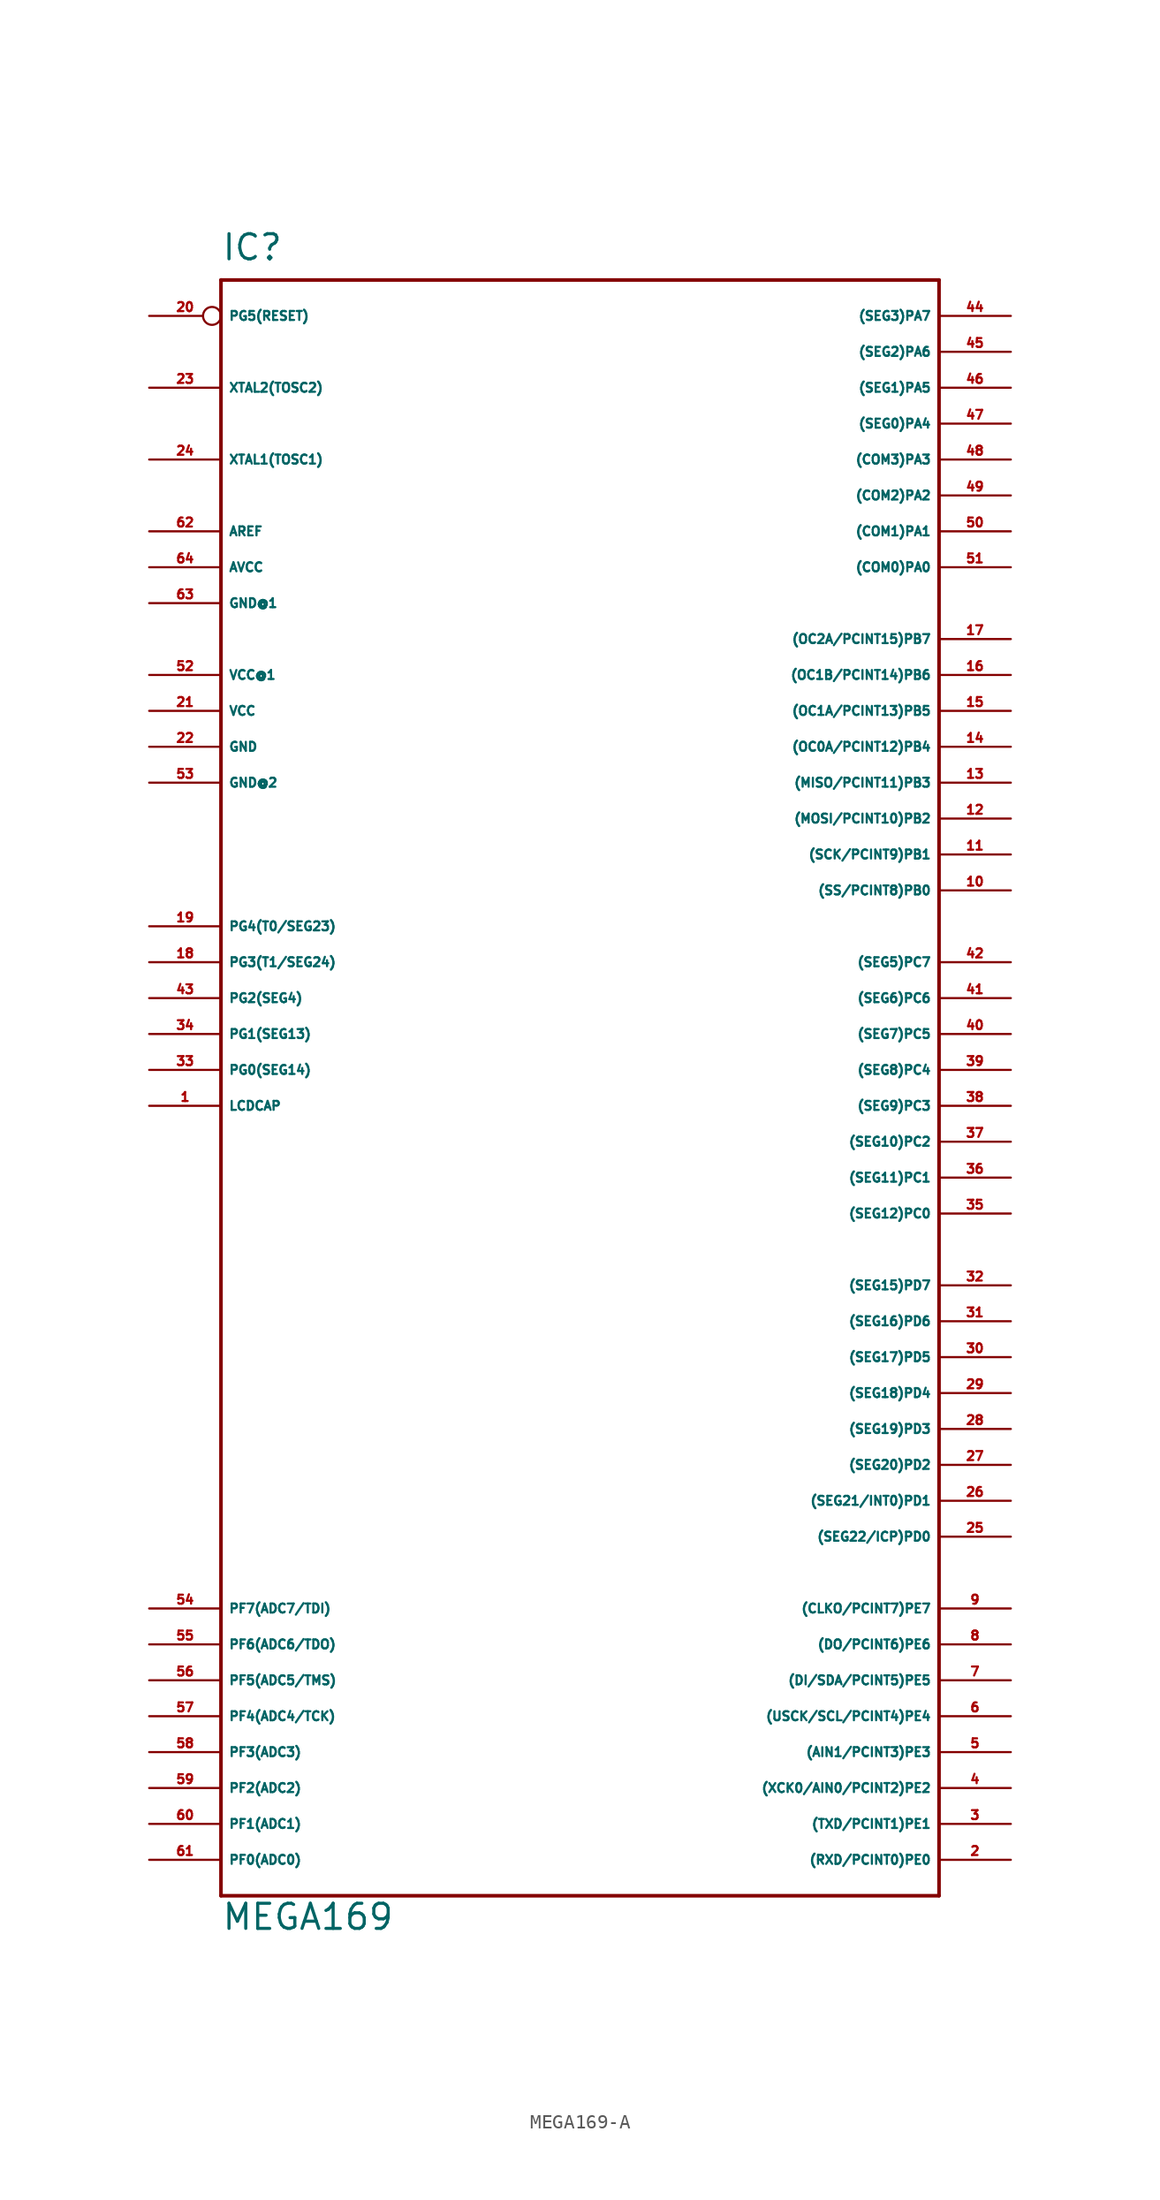
<source format=kicad_sym>
(kicad_symbol_lib
  (version 20220914)
  (generator Eagle2Kicad)
  (symbol "MEGA169-A"
    (property "Reference" "IC"
      (at -27.94 57.15 0)
      (effects (font (size 1.778 1.778) (thickness 0.22)) (justify left bottom)))
    (property "Value" "MEGA169"
      (at -27.94 -60.96 0)
      (effects (font (size 1.778 1.778) (thickness 0.22)) (justify left bottom)))
    (polyline
      (pts (xy -27.94 55.88) (xy 22.86 55.88))
      (stroke (width 0.254) (type default))
      (fill (type none)))
    (polyline
      (pts (xy 22.86 55.88) (xy 22.86 -58.42))
      (stroke (width 0.254) (type default))
      (fill (type none)))
    (polyline
      (pts (xy 22.86 -58.42) (xy -27.94 -58.42))
      (stroke (width 0.254) (type default))
      (fill (type none)))
    (polyline
      (pts (xy -27.94 -58.42) (xy -27.94 55.88))
      (stroke (width 0.254) (type default))
      (fill (type none)))
    (pin input line
      (at -33.02 -55.88 0)
      (length 5.08)
      (name "PF0(ADC0)" (effects (font (size 0.635 0.635) (thickness 0.08)) (justify left bottom)))
      (number "61" (effects (font (size 0.635 0.635) (thickness 0.08)) (justify left bottom))))
    (pin input line
      (at -33.02 -53.34 0)
      (length 5.08)
      (name "PF1(ADC1)" (effects (font (size 0.635 0.635) (thickness 0.08)) (justify left bottom)))
      (number "60" (effects (font (size 0.635 0.635) (thickness 0.08)) (justify left bottom))))
    (pin input line
      (at -33.02 -50.8 0)
      (length 5.08)
      (name "PF2(ADC2)" (effects (font (size 0.635 0.635) (thickness 0.08)) (justify left bottom)))
      (number "59" (effects (font (size 0.635 0.635) (thickness 0.08)) (justify left bottom))))
    (pin input line
      (at -33.02 -48.26 0)
      (length 5.08)
      (name "PF3(ADC3)" (effects (font (size 0.635 0.635) (thickness 0.08)) (justify left bottom)))
      (number "58" (effects (font (size 0.635 0.635) (thickness 0.08)) (justify left bottom))))
    (pin input line
      (at -33.02 -45.72 0)
      (length 5.08)
      (name "PF4(ADC4/TCK)" (effects (font (size 0.635 0.635) (thickness 0.08)) (justify left bottom)))
      (number "57" (effects (font (size 0.635 0.635) (thickness 0.08)) (justify left bottom))))
    (pin input line
      (at -33.02 -43.18 0)
      (length 5.08)
      (name "PF5(ADC5/TMS)" (effects (font (size 0.635 0.635) (thickness 0.08)) (justify left bottom)))
      (number "56" (effects (font (size 0.635 0.635) (thickness 0.08)) (justify left bottom))))
    (pin input line
      (at -33.02 -40.64 0)
      (length 5.08)
      (name "PF6(ADC6/TDO)" (effects (font (size 0.635 0.635) (thickness 0.08)) (justify left bottom)))
      (number "55" (effects (font (size 0.635 0.635) (thickness 0.08)) (justify left bottom))))
    (pin input line
      (at -33.02 -38.1 0)
      (length 5.08)
      (name "PF7(ADC7/TDI)" (effects (font (size 0.635 0.635) (thickness 0.08)) (justify left bottom)))
      (number "54" (effects (font (size 0.635 0.635) (thickness 0.08)) (justify left bottom))))
    (pin bidirectional line
      (at 27.94 -55.88 180)
      (length 5.08)
      (name "(RXD/PCINT0)PE0" (effects (font (size 0.635 0.635) (thickness 0.08)) (justify left bottom)))
      (number "2" (effects (font (size 0.635 0.635) (thickness 0.08)) (justify left bottom))))
    (pin bidirectional line
      (at 27.94 -53.34 180)
      (length 5.08)
      (name "(TXD/PCINT1)PE1" (effects (font (size 0.635 0.635) (thickness 0.08)) (justify left bottom)))
      (number "3" (effects (font (size 0.635 0.635) (thickness 0.08)) (justify left bottom))))
    (pin bidirectional line
      (at 27.94 -50.8 180)
      (length 5.08)
      (name "(XCK0/AIN0/PCINT2)PE2" (effects (font (size 0.635 0.635) (thickness 0.08)) (justify left bottom)))
      (number "4" (effects (font (size 0.635 0.635) (thickness 0.08)) (justify left bottom))))
    (pin bidirectional line
      (at 27.94 -48.26 180)
      (length 5.08)
      (name "(AIN1/PCINT3)PE3" (effects (font (size 0.635 0.635) (thickness 0.08)) (justify left bottom)))
      (number "5" (effects (font (size 0.635 0.635) (thickness 0.08)) (justify left bottom))))
    (pin bidirectional line
      (at 27.94 -45.72 180)
      (length 5.08)
      (name "(USCK/SCL/PCINT4)PE4" (effects (font (size 0.635 0.635) (thickness 0.08)) (justify left bottom)))
      (number "6" (effects (font (size 0.635 0.635) (thickness 0.08)) (justify left bottom))))
    (pin bidirectional line
      (at 27.94 -43.18 180)
      (length 5.08)
      (name "(DI/SDA/PCINT5)PE5" (effects (font (size 0.635 0.635) (thickness 0.08)) (justify left bottom)))
      (number "7" (effects (font (size 0.635 0.635) (thickness 0.08)) (justify left bottom))))
    (pin bidirectional line
      (at 27.94 -40.64 180)
      (length 5.08)
      (name "(DO/PCINT6)PE6" (effects (font (size 0.635 0.635) (thickness 0.08)) (justify left bottom)))
      (number "8" (effects (font (size 0.635 0.635) (thickness 0.08)) (justify left bottom))))
    (pin bidirectional line
      (at 27.94 -38.1 180)
      (length 5.08)
      (name "(CLKO/PCINT7)PE7" (effects (font (size 0.635 0.635) (thickness 0.08)) (justify left bottom)))
      (number "9" (effects (font (size 0.635 0.635) (thickness 0.08)) (justify left bottom))))
    (pin bidirectional line
      (at 27.94 -15.24 180)
      (length 5.08)
      (name "(SEG15)PD7" (effects (font (size 0.635 0.635) (thickness 0.08)) (justify left bottom)))
      (number "32" (effects (font (size 0.635 0.635) (thickness 0.08)) (justify left bottom))))
    (pin bidirectional line
      (at 27.94 -17.78 180)
      (length 5.08)
      (name "(SEG16)PD6" (effects (font (size 0.635 0.635) (thickness 0.08)) (justify left bottom)))
      (number "31" (effects (font (size 0.635 0.635) (thickness 0.08)) (justify left bottom))))
    (pin bidirectional line
      (at 27.94 -20.32 180)
      (length 5.08)
      (name "(SEG17)PD5" (effects (font (size 0.635 0.635) (thickness 0.08)) (justify left bottom)))
      (number "30" (effects (font (size 0.635 0.635) (thickness 0.08)) (justify left bottom))))
    (pin bidirectional line
      (at 27.94 -22.86 180)
      (length 5.08)
      (name "(SEG18)PD4" (effects (font (size 0.635 0.635) (thickness 0.08)) (justify left bottom)))
      (number "29" (effects (font (size 0.635 0.635) (thickness 0.08)) (justify left bottom))))
    (pin bidirectional line
      (at 27.94 -25.4 180)
      (length 5.08)
      (name "(SEG19)PD3" (effects (font (size 0.635 0.635) (thickness 0.08)) (justify left bottom)))
      (number "28" (effects (font (size 0.635 0.635) (thickness 0.08)) (justify left bottom))))
    (pin bidirectional line
      (at 27.94 -27.94 180)
      (length 5.08)
      (name "(SEG20)PD2" (effects (font (size 0.635 0.635) (thickness 0.08)) (justify left bottom)))
      (number "27" (effects (font (size 0.635 0.635) (thickness 0.08)) (justify left bottom))))
    (pin bidirectional line
      (at 27.94 -30.48 180)
      (length 5.08)
      (name "(SEG21/INT0)PD1" (effects (font (size 0.635 0.635) (thickness 0.08)) (justify left bottom)))
      (number "26" (effects (font (size 0.635 0.635) (thickness 0.08)) (justify left bottom))))
    (pin bidirectional line
      (at 27.94 -33.02 180)
      (length 5.08)
      (name "(SEG22/ICP)PD0" (effects (font (size 0.635 0.635) (thickness 0.08)) (justify left bottom)))
      (number "25" (effects (font (size 0.635 0.635) (thickness 0.08)) (justify left bottom))))
    (pin output line
      (at 27.94 7.62 180)
      (length 5.08)
      (name "(SEG5)PC7" (effects (font (size 0.635 0.635) (thickness 0.08)) (justify left bottom)))
      (number "42" (effects (font (size 0.635 0.635) (thickness 0.08)) (justify left bottom))))
    (pin output line
      (at 27.94 5.08 180)
      (length 5.08)
      (name "(SEG6)PC6" (effects (font (size 0.635 0.635) (thickness 0.08)) (justify left bottom)))
      (number "41" (effects (font (size 0.635 0.635) (thickness 0.08)) (justify left bottom))))
    (pin output line
      (at 27.94 2.54 180)
      (length 5.08)
      (name "(SEG7)PC5" (effects (font (size 0.635 0.635) (thickness 0.08)) (justify left bottom)))
      (number "40" (effects (font (size 0.635 0.635) (thickness 0.08)) (justify left bottom))))
    (pin output line
      (at 27.94 0 180)
      (length 5.08)
      (name "(SEG8)PC4" (effects (font (size 0.635 0.635) (thickness 0.08)) (justify left bottom)))
      (number "39" (effects (font (size 0.635 0.635) (thickness 0.08)) (justify left bottom))))
    (pin output line
      (at 27.94 -2.54 180)
      (length 5.08)
      (name "(SEG9)PC3" (effects (font (size 0.635 0.635) (thickness 0.08)) (justify left bottom)))
      (number "38" (effects (font (size 0.635 0.635) (thickness 0.08)) (justify left bottom))))
    (pin output line
      (at 27.94 -5.08 180)
      (length 5.08)
      (name "(SEG10)PC2" (effects (font (size 0.635 0.635) (thickness 0.08)) (justify left bottom)))
      (number "37" (effects (font (size 0.635 0.635) (thickness 0.08)) (justify left bottom))))
    (pin output line
      (at 27.94 -7.62 180)
      (length 5.08)
      (name "(SEG11)PC1" (effects (font (size 0.635 0.635) (thickness 0.08)) (justify left bottom)))
      (number "36" (effects (font (size 0.635 0.635) (thickness 0.08)) (justify left bottom))))
    (pin output line
      (at 27.94 -10.16 180)
      (length 5.08)
      (name "(SEG12)PC0" (effects (font (size 0.635 0.635) (thickness 0.08)) (justify left bottom)))
      (number "35" (effects (font (size 0.635 0.635) (thickness 0.08)) (justify left bottom))))
    (pin bidirectional line
      (at 27.94 30.48 180)
      (length 5.08)
      (name "(OC2A/PCINT15)PB7" (effects (font (size 0.635 0.635) (thickness 0.08)) (justify left bottom)))
      (number "17" (effects (font (size 0.635 0.635) (thickness 0.08)) (justify left bottom))))
    (pin bidirectional line
      (at 27.94 27.94 180)
      (length 5.08)
      (name "(OC1B/PCINT14)PB6" (effects (font (size 0.635 0.635) (thickness 0.08)) (justify left bottom)))
      (number "16" (effects (font (size 0.635 0.635) (thickness 0.08)) (justify left bottom))))
    (pin bidirectional line
      (at 27.94 25.4 180)
      (length 5.08)
      (name "(OC1A/PCINT13)PB5" (effects (font (size 0.635 0.635) (thickness 0.08)) (justify left bottom)))
      (number "15" (effects (font (size 0.635 0.635) (thickness 0.08)) (justify left bottom))))
    (pin bidirectional line
      (at 27.94 22.86 180)
      (length 5.08)
      (name "(OC0A/PCINT12)PB4" (effects (font (size 0.635 0.635) (thickness 0.08)) (justify left bottom)))
      (number "14" (effects (font (size 0.635 0.635) (thickness 0.08)) (justify left bottom))))
    (pin bidirectional line
      (at 27.94 20.32 180)
      (length 5.08)
      (name "(MISO/PCINT11)PB3" (effects (font (size 0.635 0.635) (thickness 0.08)) (justify left bottom)))
      (number "13" (effects (font (size 0.635 0.635) (thickness 0.08)) (justify left bottom))))
    (pin bidirectional line
      (at 27.94 17.78 180)
      (length 5.08)
      (name "(MOSI/PCINT10)PB2" (effects (font (size 0.635 0.635) (thickness 0.08)) (justify left bottom)))
      (number "12" (effects (font (size 0.635 0.635) (thickness 0.08)) (justify left bottom))))
    (pin bidirectional line
      (at 27.94 15.24 180)
      (length 5.08)
      (name "(SCK/PCINT9)PB1" (effects (font (size 0.635 0.635) (thickness 0.08)) (justify left bottom)))
      (number "11" (effects (font (size 0.635 0.635) (thickness 0.08)) (justify left bottom))))
    (pin bidirectional line
      (at 27.94 12.7 180)
      (length 5.08)
      (name "(SS/PCINT8)PB0" (effects (font (size 0.635 0.635) (thickness 0.08)) (justify left bottom)))
      (number "10" (effects (font (size 0.635 0.635) (thickness 0.08)) (justify left bottom))))
    (pin bidirectional line
      (at 27.94 50.8 180)
      (length 5.08)
      (name "(SEG2)PA6" (effects (font (size 0.635 0.635) (thickness 0.08)) (justify left bottom)))
      (number "45" (effects (font (size 0.635 0.635) (thickness 0.08)) (justify left bottom))))
    (pin bidirectional line
      (at 27.94 53.34 180)
      (length 5.08)
      (name "(SEG3)PA7" (effects (font (size 0.635 0.635) (thickness 0.08)) (justify left bottom)))
      (number "44" (effects (font (size 0.635 0.635) (thickness 0.08)) (justify left bottom))))
    (pin bidirectional line
      (at 27.94 48.26 180)
      (length 5.08)
      (name "(SEG1)PA5" (effects (font (size 0.635 0.635) (thickness 0.08)) (justify left bottom)))
      (number "46" (effects (font (size 0.635 0.635) (thickness 0.08)) (justify left bottom))))
    (pin bidirectional line
      (at 27.94 45.72 180)
      (length 5.08)
      (name "(SEG0)PA4" (effects (font (size 0.635 0.635) (thickness 0.08)) (justify left bottom)))
      (number "47" (effects (font (size 0.635 0.635) (thickness 0.08)) (justify left bottom))))
    (pin bidirectional line
      (at 27.94 43.18 180)
      (length 5.08)
      (name "(COM3)PA3" (effects (font (size 0.635 0.635) (thickness 0.08)) (justify left bottom)))
      (number "48" (effects (font (size 0.635 0.635) (thickness 0.08)) (justify left bottom))))
    (pin bidirectional line
      (at 27.94 40.64 180)
      (length 5.08)
      (name "(COM2)PA2" (effects (font (size 0.635 0.635) (thickness 0.08)) (justify left bottom)))
      (number "49" (effects (font (size 0.635 0.635) (thickness 0.08)) (justify left bottom))))
    (pin bidirectional line
      (at 27.94 38.1 180)
      (length 5.08)
      (name "(COM1)PA1" (effects (font (size 0.635 0.635) (thickness 0.08)) (justify left bottom)))
      (number "50" (effects (font (size 0.635 0.635) (thickness 0.08)) (justify left bottom))))
    (pin bidirectional line
      (at 27.94 35.56 180)
      (length 5.08)
      (name "(COM0)PA0" (effects (font (size 0.635 0.635) (thickness 0.08)) (justify left bottom)))
      (number "51" (effects (font (size 0.635 0.635) (thickness 0.08)) (justify left bottom))))
    (pin unspecified line
      (at -33.02 35.56 0)
      (length 5.08)
      (name "AVCC" (effects (font (size 0.635 0.635) (thickness 0.08)) (justify left bottom)))
      (number "64" (effects (font (size 0.635 0.635) (thickness 0.08)) (justify left bottom))))
    (pin unspecified line
      (at -33.02 33.02 0)
      (length 5.08)
      (name "GND@1" (effects (font (size 0.635 0.635) (thickness 0.08)) (justify left bottom)))
      (number "63" (effects (font (size 0.635 0.635) (thickness 0.08)) (justify left bottom))))
    (pin passive line
      (at -33.02 38.1 0)
      (length 5.08)
      (name "AREF" (effects (font (size 0.635 0.635) (thickness 0.08)) (justify left bottom)))
      (number "62" (effects (font (size 0.635 0.635) (thickness 0.08)) (justify left bottom))))
    (pin bidirectional line
      (at -33.02 43.18 0)
      (length 5.08)
      (name "XTAL1(TOSC1)" (effects (font (size 0.635 0.635) (thickness 0.08)) (justify left bottom)))
      (number "24" (effects (font (size 0.635 0.635) (thickness 0.08)) (justify left bottom))))
    (pin bidirectional line
      (at -33.02 48.26 0)
      (length 5.08)
      (name "XTAL2(TOSC2)" (effects (font (size 0.635 0.635) (thickness 0.08)) (justify left bottom)))
      (number "23" (effects (font (size 0.635 0.635) (thickness 0.08)) (justify left bottom))))
    (pin unspecified line
      (at -33.02 27.94 0)
      (length 5.08)
      (name "VCC@1" (effects (font (size 0.635 0.635) (thickness 0.08)) (justify left bottom)))
      (number "52" (effects (font (size 0.635 0.635) (thickness 0.08)) (justify left bottom))))
    (pin unspecified line
      (at -33.02 25.4 0)
      (length 5.08)
      (name "VCC" (effects (font (size 0.635 0.635) (thickness 0.08)) (justify left bottom)))
      (number "21" (effects (font (size 0.635 0.635) (thickness 0.08)) (justify left bottom))))
    (pin unspecified line
      (at -33.02 20.32 0)
      (length 5.08)
      (name "GND@2" (effects (font (size 0.635 0.635) (thickness 0.08)) (justify left bottom)))
      (number "53" (effects (font (size 0.635 0.635) (thickness 0.08)) (justify left bottom))))
    (pin unspecified line
      (at -33.02 22.86 0)
      (length 5.08)
      (name "GND" (effects (font (size 0.635 0.635) (thickness 0.08)) (justify left bottom)))
      (number "22" (effects (font (size 0.635 0.635) (thickness 0.08)) (justify left bottom))))
    (pin bidirectional line
      (at -33.02 7.62 0)
      (length 5.08)
      (name "PG3(T1/SEG24)" (effects (font (size 0.635 0.635) (thickness 0.08)) (justify left bottom)))
      (number "18" (effects (font (size 0.635 0.635) (thickness 0.08)) (justify left bottom))))
    (pin bidirectional line
      (at -33.02 10.16 0)
      (length 5.08)
      (name "PG4(T0/SEG23)" (effects (font (size 0.635 0.635) (thickness 0.08)) (justify left bottom)))
      (number "19" (effects (font (size 0.635 0.635) (thickness 0.08)) (justify left bottom))))
    (pin bidirectional line
      (at -33.02 0 0)
      (length 5.08)
      (name "PG0(SEG14)" (effects (font (size 0.635 0.635) (thickness 0.08)) (justify left bottom)))
      (number "33" (effects (font (size 0.635 0.635) (thickness 0.08)) (justify left bottom))))
    (pin bidirectional line
      (at -33.02 2.54 0)
      (length 5.08)
      (name "PG1(SEG13)" (effects (font (size 0.635 0.635) (thickness 0.08)) (justify left bottom)))
      (number "34" (effects (font (size 0.635 0.635) (thickness 0.08)) (justify left bottom))))
    (pin bidirectional line
      (at -33.02 5.08 0)
      (length 5.08)
      (name "PG2(SEG4)" (effects (font (size 0.635 0.635) (thickness 0.08)) (justify left bottom)))
      (number "43" (effects (font (size 0.635 0.635) (thickness 0.08)) (justify left bottom))))
    (pin input inverted
      (at -33.02 53.34 0)
      (length 5.08)
      (name "PG5(RESET)" (effects (font (size 0.635 0.635) (thickness 0.08)) (justify left bottom)))
      (number "20" (effects (font (size 0.635 0.635) (thickness 0.08)) (justify left bottom))))
    (pin input line
      (at -33.02 -2.54 0)
      (length 5.08)
      (name "LCDCAP" (effects (font (size 0.635 0.635) (thickness 0.08)) (justify left bottom)))
      (number "1" (effects (font (size 0.635 0.635) (thickness 0.08)) (justify left bottom))))))
</source>
